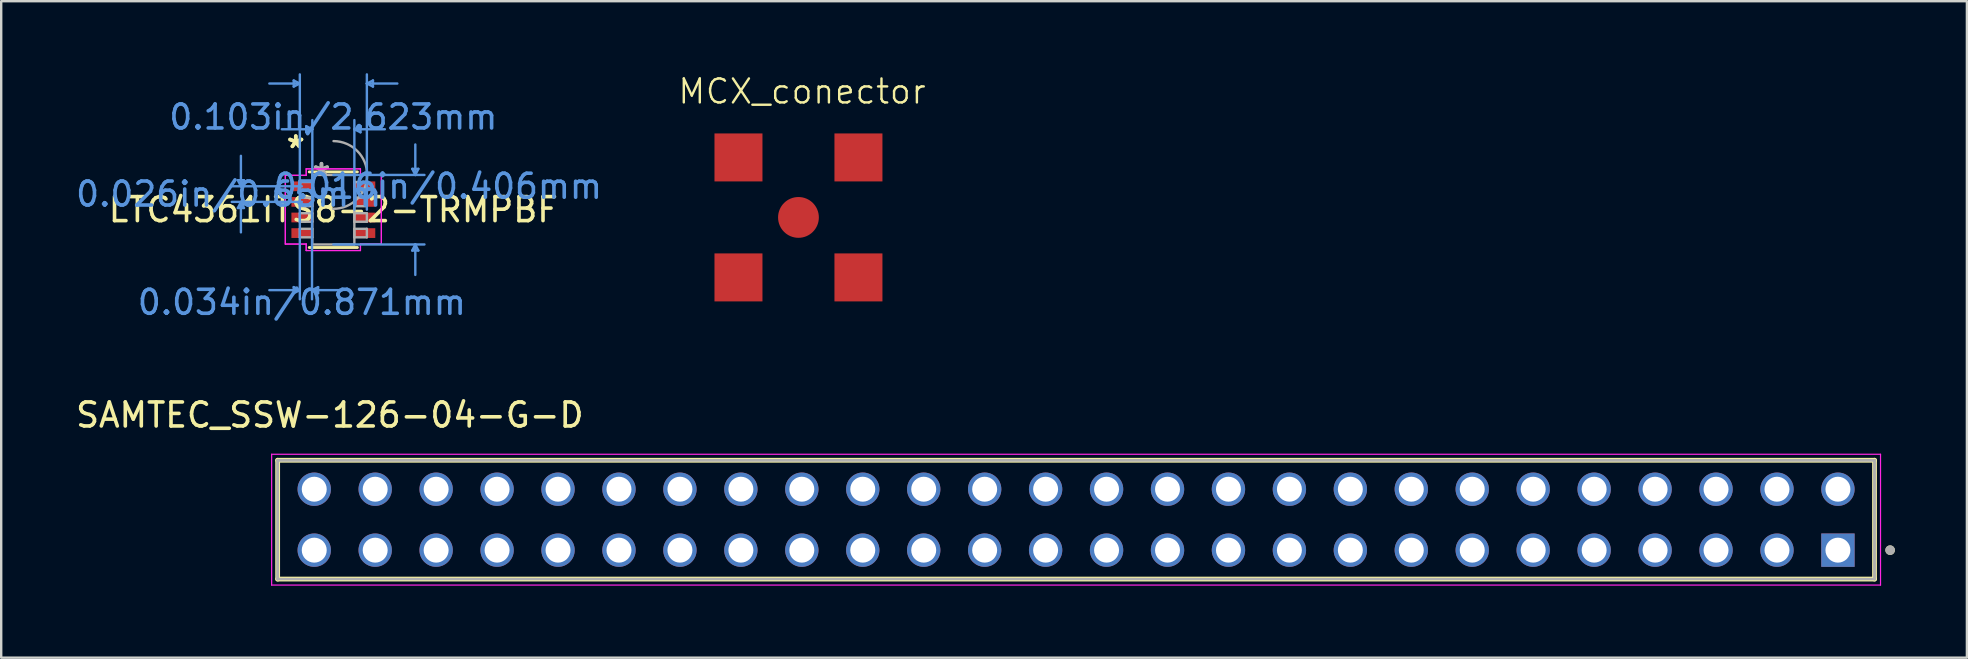
<source format=kicad_pcb>
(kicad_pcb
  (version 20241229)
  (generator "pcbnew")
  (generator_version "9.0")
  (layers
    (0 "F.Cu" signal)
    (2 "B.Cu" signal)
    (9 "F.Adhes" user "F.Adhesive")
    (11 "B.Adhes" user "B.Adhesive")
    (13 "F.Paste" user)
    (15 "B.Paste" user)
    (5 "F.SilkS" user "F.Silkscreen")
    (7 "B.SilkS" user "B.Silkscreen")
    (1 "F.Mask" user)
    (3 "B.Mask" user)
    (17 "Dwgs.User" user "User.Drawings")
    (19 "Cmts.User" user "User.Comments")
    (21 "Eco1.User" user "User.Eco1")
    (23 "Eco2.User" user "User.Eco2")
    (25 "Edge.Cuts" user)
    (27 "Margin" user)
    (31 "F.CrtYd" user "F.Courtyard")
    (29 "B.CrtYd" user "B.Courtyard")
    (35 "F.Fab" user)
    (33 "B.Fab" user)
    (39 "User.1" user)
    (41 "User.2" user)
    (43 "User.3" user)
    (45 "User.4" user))
  (footprint "LTC4361ITS8-2-TRMPBF"
    (layer "F.Cu")
    (at 10.842 5.689)
    (property "Reference" "LTC4361ITS8-2-TRMPBF" (at 0 0 0) (layer "F.SilkS") (effects (font (size 1 1) (thickness 0.15))))
    (attr through_hole)
    (fp_line (start -1.003 1.575) (end 1.003 1.575) (stroke (width 0.12) (type solid)) (layer "F.SilkS"))
    (fp_line (start 1.003 -1.575) (end -1.003 -1.575) (stroke (width 0.12) (type solid)) (layer "F.SilkS"))
    (fp_line (start -3.979 -1.229) (end -3.725 -1.229) (stroke (width 0.1) (type solid)) (layer "Cmts.User"))
    (fp_line (start -3.979 -0.071) (end -3.725 -0.071) (stroke (width 0.1) (type solid)) (layer "Cmts.User"))
    (fp_line (start -3.852 -0.975) (end -3.979 -1.229) (stroke (width 0.1) (type solid)) (layer "Cmts.User"))
    (fp_line (start -3.852 -0.975) (end -3.852 -2.245) (stroke (width 0.1) (type solid)) (layer "Cmts.User"))
    (fp_line (start -3.852 -0.975) (end -3.725 -1.229) (stroke (width 0.1) (type solid)) (layer "Cmts.User"))
    (fp_line (start -3.852 -0.325) (end -3.979 -0.071) (stroke (width 0.1) (type solid)) (layer "Cmts.User"))
    (fp_line (start -3.852 -0.325) (end -3.852 0.945) (stroke (width 0.1) (type solid)) (layer "Cmts.User"))
    (fp_line (start -3.852 -0.325) (end -3.725 -0.071) (stroke (width 0.1) (type solid)) (layer "Cmts.User"))
    (fp_line (start -1.651 -5.385) (end -1.651 -5.131) (stroke (width 0.1) (type solid)) (layer "Cmts.User"))
    (fp_line (start -1.651 3.226) (end -1.651 3.48) (stroke (width 0.1) (type solid)) (layer "Cmts.User"))
    (fp_line (start -1.397 -5.258) (end -2.667 -5.258) (stroke (width 0.1) (type solid)) (layer "Cmts.User"))
    (fp_line (start -1.397 -5.258) (end -1.651 -5.385) (stroke (width 0.1) (type solid)) (layer "Cmts.User"))
    (fp_line (start -1.397 -5.258) (end -1.651 -5.131) (stroke (width 0.1) (type solid)) (layer "Cmts.User"))
    (fp_line (start -1.397 0) (end -1.397 -5.639) (stroke (width 0.1) (type solid)) (layer "Cmts.User"))
    (fp_line (start -1.397 0) (end -1.397 3.734) (stroke (width 0.1) (type solid)) (layer "Cmts.User"))
    (fp_line (start -1.397 3.353) (end -2.667 3.353) (stroke (width 0.1) (type solid)) (layer "Cmts.User"))
    (fp_line (start -1.397 3.353) (end -1.651 3.226) (stroke (width 0.1) (type solid)) (layer "Cmts.User"))
    (fp_line (start -1.397 3.353) (end -1.651 3.48) (stroke (width 0.1) (type solid)) (layer "Cmts.User"))
    (fp_line (start -1.312 -0.975) (end -4.233 -0.975) (stroke (width 0.1) (type solid)) (layer "Cmts.User"))
    (fp_line (start -1.312 -0.325) (end -4.233 -0.325) (stroke (width 0.1) (type solid)) (layer "Cmts.User"))
    (fp_line (start -1.13 -3.48) (end -1.13 -3.226) (stroke (width 0.1) (type solid)) (layer "Cmts.User"))
    (fp_line (start -0.889 0) (end -0.889 3.734) (stroke (width 0.1) (type solid)) (layer "Cmts.User"))
    (fp_line (start -0.889 3.353) (end -0.635 3.226) (stroke (width 0.1) (type solid)) (layer "Cmts.User"))
    (fp_line (start -0.889 3.353) (end -0.635 3.48) (stroke (width 0.1) (type solid)) (layer "Cmts.User"))
    (fp_line (start -0.889 3.353) (end 0.381 3.353) (stroke (width 0.1) (type solid)) (layer "Cmts.User"))
    (fp_line (start -0.876 -3.353) (end -2.146 -3.353) (stroke (width 0.1) (type solid)) (layer "Cmts.User"))
    (fp_line (start -0.876 -3.353) (end -1.13 -3.48) (stroke (width 0.1) (type solid)) (layer "Cmts.User"))
    (fp_line (start -0.876 -3.353) (end -1.13 -3.226) (stroke (width 0.1) (type solid)) (layer "Cmts.User"))
    (fp_line (start -0.876 0) (end -0.876 -3.734) (stroke (width 0.1) (type solid)) (layer "Cmts.User"))
    (fp_line (start -0.635 3.226) (end -0.635 3.48) (stroke (width 0.1) (type solid)) (layer "Cmts.User"))
    (fp_line (start 0 -1.448) (end 3.797 -1.448) (stroke (width 0.1) (type solid)) (layer "Cmts.User"))
    (fp_line (start 0 1.448) (end 3.797 1.448) (stroke (width 0.1) (type solid)) (layer "Cmts.User"))
    (fp_line (start 0.876 -3.353) (end 1.13 -3.48) (stroke (width 0.1) (type solid)) (layer "Cmts.User"))
    (fp_line (start 0.876 -3.353) (end 1.13 -3.226) (stroke (width 0.1) (type solid)) (layer "Cmts.User"))
    (fp_line (start 0.876 -3.353) (end 2.146 -3.353) (stroke (width 0.1) (type solid)) (layer "Cmts.User"))
    (fp_line (start 0.876 0) (end 0.876 -3.734) (stroke (width 0.1) (type solid)) (layer "Cmts.User"))
    (fp_line (start 1.13 -3.48) (end 1.13 -3.226) (stroke (width 0.1) (type solid)) (layer "Cmts.User"))
    (fp_line (start 1.397 -5.258) (end 1.651 -5.385) (stroke (width 0.1) (type solid)) (layer "Cmts.User"))
    (fp_line (start 1.397 -5.258) (end 1.651 -5.131) (stroke (width 0.1) (type solid)) (layer "Cmts.User"))
    (fp_line (start 1.397 -5.258) (end 2.667 -5.258) (stroke (width 0.1) (type solid)) (layer "Cmts.User"))
    (fp_line (start 1.397 0) (end 1.397 -5.639) (stroke (width 0.1) (type solid)) (layer "Cmts.User"))
    (fp_line (start 1.651 -5.385) (end 1.651 -5.131) (stroke (width 0.1) (type solid)) (layer "Cmts.User"))
    (fp_line (start 3.289 -1.702) (end 3.543 -1.702) (stroke (width 0.1) (type solid)) (layer "Cmts.User"))
    (fp_line (start 3.289 1.702) (end 3.543 1.702) (stroke (width 0.1) (type solid)) (layer "Cmts.User"))
    (fp_line (start 3.416 -1.448) (end 3.289 -1.702) (stroke (width 0.1) (type solid)) (layer "Cmts.User"))
    (fp_line (start 3.416 -1.448) (end 3.416 -2.718) (stroke (width 0.1) (type solid)) (layer "Cmts.User"))
    (fp_line (start 3.416 -1.448) (end 3.543 -1.702) (stroke (width 0.1) (type solid)) (layer "Cmts.User"))
    (fp_line (start 3.416 1.448) (end 3.289 1.702) (stroke (width 0.1) (type solid)) (layer "Cmts.User"))
    (fp_line (start 3.416 1.448) (end 3.416 2.718) (stroke (width 0.1) (type solid)) (layer "Cmts.User"))
    (fp_line (start 3.416 1.448) (end 3.543 1.702) (stroke (width 0.1) (type solid)) (layer "Cmts.User"))
    (fp_line (start -2.001 -1.432) (end -1.13 -1.432) (stroke (width 0.05) (type solid)) (layer "F.CrtYd"))
    (fp_line (start -2.001 -1.432) (end -1.13 -1.432) (stroke (width 0.05) (type solid)) (layer "F.CrtYd"))
    (fp_line (start -2.001 1.432) (end -2.001 -1.432) (stroke (width 0.05) (type solid)) (layer "F.CrtYd"))
    (fp_line (start -2.001 1.432) (end -2.001 -1.432) (stroke (width 0.05) (type solid)) (layer "F.CrtYd"))
    (fp_line (start -2.001 1.432) (end -1.13 1.432) (stroke (width 0.05) (type solid)) (layer "F.CrtYd"))
    (fp_line (start -1.13 -1.702) (end 1.13 -1.702) (stroke (width 0.05) (type solid)) (layer "F.CrtYd"))
    (fp_line (start -1.13 -1.702) (end 1.13 -1.702) (stroke (width 0.05) (type solid)) (layer "F.CrtYd"))
    (fp_line (start -1.13 -1.432) (end -1.13 -1.702) (stroke (width 0.05) (type solid)) (layer "F.CrtYd"))
    (fp_line (start -1.13 -1.432) (end -1.13 -1.702) (stroke (width 0.05) (type solid)) (layer "F.CrtYd"))
    (fp_line (start -1.13 1.432) (end -2.001 1.432) (stroke (width 0.05) (type solid)) (layer "F.CrtYd"))
    (fp_line (start -1.13 1.702) (end -1.13 1.432) (stroke (width 0.05) (type solid)) (layer "F.CrtYd"))
    (fp_line (start -1.13 1.702) (end -1.13 1.432) (stroke (width 0.05) (type solid)) (layer "F.CrtYd"))
    (fp_line (start 1.13 -1.702) (end 1.13 -1.432) (stroke (width 0.05) (type solid)) (layer "F.CrtYd"))
    (fp_line (start 1.13 -1.702) (end 1.13 -1.432) (stroke (width 0.05) (type solid)) (layer "F.CrtYd"))
    (fp_line (start 1.13 -1.432) (end 2.001 -1.432) (stroke (width 0.05) (type solid)) (layer "F.CrtYd"))
    (fp_line (start 1.13 1.432) (end 1.13 1.702) (stroke (width 0.05) (type solid)) (layer "F.CrtYd"))
    (fp_line (start 1.13 1.432) (end 1.13 1.702) (stroke (width 0.05) (type solid)) (layer "F.CrtYd"))
    (fp_line (start 1.13 1.702) (end -1.13 1.702) (stroke (width 0.05) (type solid)) (layer "F.CrtYd"))
    (fp_line (start 1.13 1.702) (end -1.13 1.702) (stroke (width 0.05) (type solid)) (layer "F.CrtYd"))
    (fp_line (start 2.001 -1.432) (end 1.13 -1.432) (stroke (width 0.05) (type solid)) (layer "F.CrtYd"))
    (fp_line (start 2.001 -1.432) (end 2.001 1.432) (stroke (width 0.05) (type solid)) (layer "F.CrtYd"))
    (fp_line (start 2.001 -1.432) (end 2.001 1.432) (stroke (width 0.05) (type solid)) (layer "F.CrtYd"))
    (fp_line (start 2.001 1.432) (end 1.13 1.432) (stroke (width 0.05) (type solid)) (layer "F.CrtYd"))
    (fp_line (start 2.001 1.432) (end 1.13 1.432) (stroke (width 0.05) (type solid)) (layer "F.CrtYd"))
    (fp_line (start -1.397 -1.153) (end -1.397 -0.797) (stroke (width 0.1) (type solid)) (layer "F.Fab"))
    (fp_line (start -1.397 -0.797) (end -0.876 -0.797) (stroke (width 0.1) (type solid)) (layer "F.Fab"))
    (fp_line (start -1.397 -0.503) (end -1.397 -0.147) (stroke (width 0.1) (type solid)) (layer "F.Fab"))
    (fp_line (start -1.397 -0.147) (end -0.876 -0.147) (stroke (width 0.1) (type solid)) (layer "F.Fab"))
    (fp_line (start -1.397 0.147) (end -1.397 0.503) (stroke (width 0.1) (type solid)) (layer "F.Fab"))
    (fp_line (start -1.397 0.503) (end -0.876 0.503) (stroke (width 0.1) (type solid)) (layer "F.Fab"))
    (fp_line (start -1.397 0.797) (end -1.397 1.153) (stroke (width 0.1) (type solid)) (layer "F.Fab"))
    (fp_line (start -1.397 1.153) (end -0.876 1.153) (stroke (width 0.1) (type solid)) (layer "F.Fab"))
    (fp_line (start -0.876 -1.448) (end -0.876 1.448) (stroke (width 0.1) (type solid)) (layer "F.Fab"))
    (fp_line (start -0.876 -1.153) (end -1.397 -1.153) (stroke (width 0.1) (type solid)) (layer "F.Fab"))
    (fp_line (start -0.876 -0.797) (end -0.876 -1.153) (stroke (width 0.1) (type solid)) (layer "F.Fab"))
    (fp_line (start -0.876 -0.503) (end -1.397 -0.503) (stroke (width 0.1) (type solid)) (layer "F.Fab"))
    (fp_line (start -0.876 -0.147) (end -0.876 -0.503) (stroke (width 0.1) (type solid)) (layer "F.Fab"))
    (fp_line (start -0.876 0.147) (end -1.397 0.147) (stroke (width 0.1) (type solid)) (layer "F.Fab"))
    (fp_line (start -0.876 0.503) (end -0.876 0.147) (stroke (width 0.1) (type solid)) (layer "F.Fab"))
    (fp_line (start -0.876 0.797) (end -1.397 0.797) (stroke (width 0.1) (type solid)) (layer "F.Fab"))
    (fp_line (start -0.876 1.153) (end -0.876 0.797) (stroke (width 0.1) (type solid)) (layer "F.Fab"))
    (fp_line (start -0.876 1.448) (end 0.876 1.448) (stroke (width 0.1) (type solid)) (layer "F.Fab"))
    (fp_line (start 0.876 -1.448) (end -0.876 -1.448) (stroke (width 0.1) (type solid)) (layer "F.Fab"))
    (fp_line (start 0.876 -1.153) (end 0.876 -0.797) (stroke (width 0.1) (type solid)) (layer "F.Fab"))
    (fp_line (start 0.876 -0.797) (end 1.397 -0.797) (stroke (width 0.1) (type solid)) (layer "F.Fab"))
    (fp_line (start 0.876 -0.503) (end 0.876 -0.147) (stroke (width 0.1) (type solid)) (layer "F.Fab"))
    (fp_line (start 0.876 -0.147) (end 1.397 -0.147) (stroke (width 0.1) (type solid)) (layer "F.Fab"))
    (fp_line (start 0.876 0.147) (end 0.876 0.503) (stroke (width 0.1) (type solid)) (layer "F.Fab"))
    (fp_line (start 0.876 0.503) (end 1.397 0.503) (stroke (width 0.1) (type solid)) (layer "F.Fab"))
    (fp_line (start 0.876 0.797) (end 0.876 1.153) (stroke (width 0.1) (type solid)) (layer "F.Fab"))
    (fp_line (start 0.876 1.153) (end 1.397 1.153) (stroke (width 0.1) (type solid)) (layer "F.Fab"))
    (fp_line (start 0.876 1.448) (end 0.876 -1.448) (stroke (width 0.1) (type solid)) (layer "F.Fab"))
    (fp_line (start 1.397 -1.153) (end 0.876 -1.153) (stroke (width 0.1) (type solid)) (layer "F.Fab"))
    (fp_line (start 1.397 -0.797) (end 1.397 -1.153) (stroke (width 0.1) (type solid)) (layer "F.Fab"))
    (fp_line (start 1.397 -0.503) (end 0.876 -0.503) (stroke (width 0.1) (type solid)) (layer "F.Fab"))
    (fp_line (start 1.397 -0.147) (end 1.397 -0.503) (stroke (width 0.1) (type solid)) (layer "F.Fab"))
    (fp_line (start 1.397 0.147) (end 0.876 0.147) (stroke (width 0.1) (type solid)) (layer "F.Fab"))
    (fp_line (start 1.397 0.503) (end 1.397 0.147) (stroke (width 0.1) (type solid)) (layer "F.Fab"))
    (fp_line (start 1.397 0.797) (end 0.876 0.797) (stroke (width 0.1) (type solid)) (layer "F.Fab"))
    (fp_line (start 1.397 1.153) (end 1.397 0.797) (stroke (width 0.1) (type solid)) (layer "F.Fab"))
    (fp_arc (start 0.007742 -2.858826) (mid 1.411026 -1.440058) (end -0.007742 -0.036774) (stroke (width 0.1) (type solid)) (layer "F.Fab"))
    (fp_text user "*" (at -1.566 -2.524 0) (layer "F.SilkS") (effects (font (size 1 1) (thickness 0.15))))
    (fp_text user "*" (at -1.566 -2.524 0) (layer "F.SilkS") (effects (font (size 1 1) (thickness 0.15))))
    (fp_text user "0.103in/2.623mm" (at 0 -3.861 0) (layer "Cmts.User") (effects (font (size 1 1) (thickness 0.15))))
    (fp_text user "0.016in/0.406mm" (at 4.36 -0.975 0) (layer "Cmts.User") (effects (font (size 1 1) (thickness 0.15))))
    (fp_text user "0.026in/0.65mm" (at -4.36 -0.65 0) (layer "Cmts.User") (effects (font (size 1 1) (thickness 0.15))))
    (fp_text user "0.034in/0.871mm" (at -1.312 3.861 0) (layer "Cmts.User") (effects (font (size 1 1) (thickness 0.15))))
    (fp_text user "Copyright 2021 Accelerated Designs. All rights reserved." (at 0 0 0) (layer "Cmts.User") (effects (font (size 0.127 0.127) (thickness 0.002))))
    (fp_text user "*" (at -0.495 -1.372 0) (layer "F.Fab") (effects (font (size 1 1) (thickness 0.15))))
    (fp_text user "*" (at -0.495 -1.372 0) (layer "F.Fab") (effects (font (size 1 1) (thickness 0.15))))
    (pad "1" smd rect (at -1.312 -0.975) (size 0.871 0.406) (layers "F.Cu" "F.Mask" "F.Paste"))
    (pad "2" smd rect (at -1.312 -0.325) (size 0.871 0.406) (layers "F.Cu" "F.Mask" "F.Paste"))
    (pad "3" smd rect (at -1.312 0.325) (size 0.871 0.406) (layers "F.Cu" "F.Mask" "F.Paste"))
    (pad "4" smd rect (at -1.312 0.975) (size 0.871 0.406) (layers "F.Cu" "F.Mask" "F.Paste"))
    (pad "5" smd rect (at 1.312 0.975) (size 0.871 0.406) (layers "F.Cu" "F.Mask" "F.Paste"))
    (pad "6" smd rect (at 1.312 0.325) (size 0.871 0.406) (layers "F.Cu" "F.Mask" "F.Paste"))
    (pad "7" smd rect (at 1.312 -0.325) (size 0.871 0.406) (layers "F.Cu" "F.Mask" "F.Paste"))
    (pad "8" smd rect (at 1.312 -0.975) (size 0.871 0.406) (layers "F.Cu" "F.Mask" "F.Paste")))
  (footprint "MCX_conector"
    (layer "F.Cu")
    (at 30.226 6.011)
    (property "Reference" "MCX_conector" (at 0.15 -5.25 0) (unlocked yes) (layer "F.SilkS") (effects (font (size 1 1) (thickness 0.1))))
    (attr smd)
    (pad "0" smd rect (at -2.5 -2.5) (size 2 2) (layers "F.Cu" "F.Mask"))
    (pad "0" smd rect (at -2.5 2.5) (size 2 2) (layers "F.Cu" "F.Mask"))
    (pad "0" smd rect (at 2.5 -2.5) (size 2 2) (layers "F.Cu" "F.Mask"))
    (pad "0" smd rect (at 2.5 2.5) (size 2 2) (layers "F.Cu" "F.Mask"))
    (pad "1" smd circle (at 0 0) (size 1.7 1.7) (layers "F.Cu" "F.Mask")))
  (footprint "SAMTEC_SSW-126-04-G-D"
    (layer "F.Cu")
    (at 73.546 19.878)
    (property "Reference" "SAMTEC_SSW-126-04-G-D" (at -62.85 -5.631 0) (layer "F.SilkS") (effects (font (size 1 1) (thickness 0.15))))
    (attr through_hole)
    (fp_line (start -65.025 1.206) (end -65.025 -3.747) (stroke (width 0.2) (type solid)) (layer "F.SilkS"))
    (fp_line (start 1.525 -3.747) (end -65.025 -3.747) (stroke (width 0.2) (type solid)) (layer "F.SilkS"))
    (fp_line (start 1.525 -3.747) (end 1.525 1.206) (stroke (width 0.2) (type solid)) (layer "F.SilkS"))
    (fp_line (start 1.525 1.206) (end -65.025 1.206) (stroke (width 0.2) (type solid)) (layer "F.SilkS"))
    (fp_circle (center 2.175 0) (end 2.275 0) (stroke (width 0.2) (type solid)) (fill no) (layer "F.SilkS"))
    (fp_line (start -65.275 -3.997) (end 1.775 -3.997) (stroke (width 0.05) (type solid)) (layer "F.CrtYd"))
    (fp_line (start -65.275 1.456) (end -65.275 -3.997) (stroke (width 0.05) (type solid)) (layer "F.CrtYd"))
    (fp_line (start 1.775 -3.997) (end 1.775 1.456) (stroke (width 0.05) (type solid)) (layer "F.CrtYd"))
    (fp_line (start 1.775 1.456) (end -65.275 1.456) (stroke (width 0.05) (type solid)) (layer "F.CrtYd"))
    (fp_line (start -65.025 -3.747) (end 1.525 -3.747) (stroke (width 0.1) (type solid)) (layer "F.Fab"))
    (fp_line (start -65.025 -3.747) (end 1.525 -3.747) (stroke (width 0.1) (type solid)) (layer "F.Fab"))
    (fp_line (start -65.025 1.206) (end -65.025 -3.747) (stroke (width 0.1) (type solid)) (layer "F.Fab"))
    (fp_line (start -65.025 1.206) (end -65.025 -3.747) (stroke (width 0.1) (type solid)) (layer "F.Fab"))
    (fp_line (start 1.525 -3.747) (end 1.525 1.206) (stroke (width 0.1) (type solid)) (layer "F.Fab"))
    (fp_line (start 1.525 -3.747) (end 1.525 1.206) (stroke (width 0.1) (type solid)) (layer "F.Fab"))
    (fp_line (start 1.525 1.206) (end -65.025 1.206) (stroke (width 0.1) (type solid)) (layer "F.Fab"))
    (fp_circle (center 2.175 0) (end 2.275 0) (stroke (width 0.2) (type solid)) (fill no) (layer "F.Fab"))
    (pad "01" thru_hole rect (at 0 0) (size 1.39 1.39) (drill 1.04) (layers "*.Cu" "*.Mask"))
    (pad "02" thru_hole circle (at 0 -2.54) (size 1.39 1.39) (drill 1.04) (layers "*.Cu" "*.Mask"))
    (pad "03" thru_hole circle (at -2.54 0) (size 1.39 1.39) (drill 1.04) (layers "*.Cu" "*.Mask"))
    (pad "04" thru_hole circle (at -2.54 -2.54) (size 1.39 1.39) (drill 1.04) (layers "*.Cu" "*.Mask"))
    (pad "05" thru_hole circle (at -5.08 0) (size 1.39 1.39) (drill 1.04) (layers "*.Cu" "*.Mask"))
    (pad "06" thru_hole circle (at -5.08 -2.54) (size 1.39 1.39) (drill 1.04) (layers "*.Cu" "*.Mask"))
    (pad "07" thru_hole circle (at -7.62 0) (size 1.39 1.39) (drill 1.04) (layers "*.Cu" "*.Mask"))
    (pad "08" thru_hole circle (at -7.62 -2.54) (size 1.39 1.39) (drill 1.04) (layers "*.Cu" "*.Mask"))
    (pad "09" thru_hole circle (at -10.16 0) (size 1.39 1.39) (drill 1.04) (layers "*.Cu" "*.Mask"))
    (pad "10" thru_hole circle (at -10.16 -2.54) (size 1.39 1.39) (drill 1.04) (layers "*.Cu" "*.Mask"))
    (pad "11" thru_hole circle (at -12.7 0) (size 1.39 1.39) (drill 1.04) (layers "*.Cu" "*.Mask"))
    (pad "12" thru_hole circle (at -12.7 -2.54) (size 1.39 1.39) (drill 1.04) (layers "*.Cu" "*.Mask"))
    (pad "13" thru_hole circle (at -15.24 0) (size 1.39 1.39) (drill 1.04) (layers "*.Cu" "*.Mask"))
    (pad "14" thru_hole circle (at -15.24 -2.54) (size 1.39 1.39) (drill 1.04) (layers "*.Cu" "*.Mask"))
    (pad "15" thru_hole circle (at -17.78 0) (size 1.39 1.39) (drill 1.04) (layers "*.Cu" "*.Mask"))
    (pad "16" thru_hole circle (at -17.78 -2.54) (size 1.39 1.39) (drill 1.04) (layers "*.Cu" "*.Mask"))
    (pad "17" thru_hole circle (at -20.32 0) (size 1.39 1.39) (drill 1.04) (layers "*.Cu" "*.Mask"))
    (pad "18" thru_hole circle (at -20.32 -2.54) (size 1.39 1.39) (drill 1.04) (layers "*.Cu" "*.Mask"))
    (pad "19" thru_hole circle (at -22.86 0) (size 1.39 1.39) (drill 1.04) (layers "*.Cu" "*.Mask"))
    (pad "20" thru_hole circle (at -22.86 -2.54) (size 1.39 1.39) (drill 1.04) (layers "*.Cu" "*.Mask"))
    (pad "21" thru_hole circle (at -25.4 0) (size 1.39 1.39) (drill 1.04) (layers "*.Cu" "*.Mask"))
    (pad "22" thru_hole circle (at -25.4 -2.54) (size 1.39 1.39) (drill 1.04) (layers "*.Cu" "*.Mask"))
    (pad "23" thru_hole circle (at -27.94 0) (size 1.39 1.39) (drill 1.04) (layers "*.Cu" "*.Mask"))
    (pad "24" thru_hole circle (at -27.94 -2.54) (size 1.39 1.39) (drill 1.04) (layers "*.Cu" "*.Mask"))
    (pad "25" thru_hole circle (at -30.48 0) (size 1.39 1.39) (drill 1.04) (layers "*.Cu" "*.Mask"))
    (pad "26" thru_hole circle (at -30.48 -2.54) (size 1.39 1.39) (drill 1.04) (layers "*.Cu" "*.Mask"))
    (pad "27" thru_hole circle (at -33.02 0) (size 1.39 1.39) (drill 1.04) (layers "*.Cu" "*.Mask"))
    (pad "28" thru_hole circle (at -33.02 -2.54) (size 1.39 1.39) (drill 1.04) (layers "*.Cu" "*.Mask"))
    (pad "29" thru_hole circle (at -35.56 0) (size 1.39 1.39) (drill 1.04) (layers "*.Cu" "*.Mask"))
    (pad "30" thru_hole circle (at -35.56 -2.54) (size 1.39 1.39) (drill 1.04) (layers "*.Cu" "*.Mask"))
    (pad "31" thru_hole circle (at -38.1 0) (size 1.39 1.39) (drill 1.04) (layers "*.Cu" "*.Mask"))
    (pad "32" thru_hole circle (at -38.1 -2.54) (size 1.39 1.39) (drill 1.04) (layers "*.Cu" "*.Mask"))
    (pad "33" thru_hole circle (at -40.64 0) (size 1.39 1.39) (drill 1.04) (layers "*.Cu" "*.Mask"))
    (pad "34" thru_hole circle (at -40.64 -2.54) (size 1.39 1.39) (drill 1.04) (layers "*.Cu" "*.Mask"))
    (pad "35" thru_hole circle (at -43.18 0) (size 1.39 1.39) (drill 1.04) (layers "*.Cu" "*.Mask"))
    (pad "36" thru_hole circle (at -43.18 -2.54) (size 1.39 1.39) (drill 1.04) (layers "*.Cu" "*.Mask"))
    (pad "37" thru_hole circle (at -45.72 0) (size 1.39 1.39) (drill 1.04) (layers "*.Cu" "*.Mask"))
    (pad "38" thru_hole circle (at -45.72 -2.54) (size 1.39 1.39) (drill 1.04) (layers "*.Cu" "*.Mask"))
    (pad "39" thru_hole circle (at -48.26 0) (size 1.39 1.39) (drill 1.04) (layers "*.Cu" "*.Mask"))
    (pad "40" thru_hole circle (at -48.26 -2.54) (size 1.39 1.39) (drill 1.04) (layers "*.Cu" "*.Mask"))
    (pad "41" thru_hole circle (at -50.8 0) (size 1.39 1.39) (drill 1.04) (layers "*.Cu" "*.Mask"))
    (pad "42" thru_hole circle (at -50.8 -2.54) (size 1.39 1.39) (drill 1.04) (layers "*.Cu" "*.Mask"))
    (pad "43" thru_hole circle (at -53.34 0) (size 1.39 1.39) (drill 1.04) (layers "*.Cu" "*.Mask"))
    (pad "44" thru_hole circle (at -53.34 -2.54) (size 1.39 1.39) (drill 1.04) (layers "*.Cu" "*.Mask"))
    (pad "45" thru_hole circle (at -55.88 0) (size 1.39 1.39) (drill 1.04) (layers "*.Cu" "*.Mask"))
    (pad "46" thru_hole circle (at -55.88 -2.54) (size 1.39 1.39) (drill 1.04) (layers "*.Cu" "*.Mask"))
    (pad "47" thru_hole circle (at -58.42 0) (size 1.39 1.39) (drill 1.04) (layers "*.Cu" "*.Mask"))
    (pad "48" thru_hole circle (at -58.42 -2.54) (size 1.39 1.39) (drill 1.04) (layers "*.Cu" "*.Mask"))
    (pad "49" thru_hole circle (at -60.96 0) (size 1.39 1.39) (drill 1.04) (layers "*.Cu" "*.Mask"))
    (pad "50" thru_hole circle (at -60.96 -2.54) (size 1.39 1.39) (drill 1.04) (layers "*.Cu" "*.Mask"))
    (pad "51" thru_hole circle (at -63.5 0) (size 1.39 1.39) (drill 1.04) (layers "*.Cu" "*.Mask"))
    (pad "52" thru_hole circle (at -63.5 -2.54) (size 1.39 1.39) (drill 1.04) (layers "*.Cu" "*.Mask")))
  (gr_rect
    (start -3 -3)
    (end 78.921 24.359)
    (stroke (width 0.1) (type default))
    (fill no)
    (layer "Edge.Cuts")))
</source>
